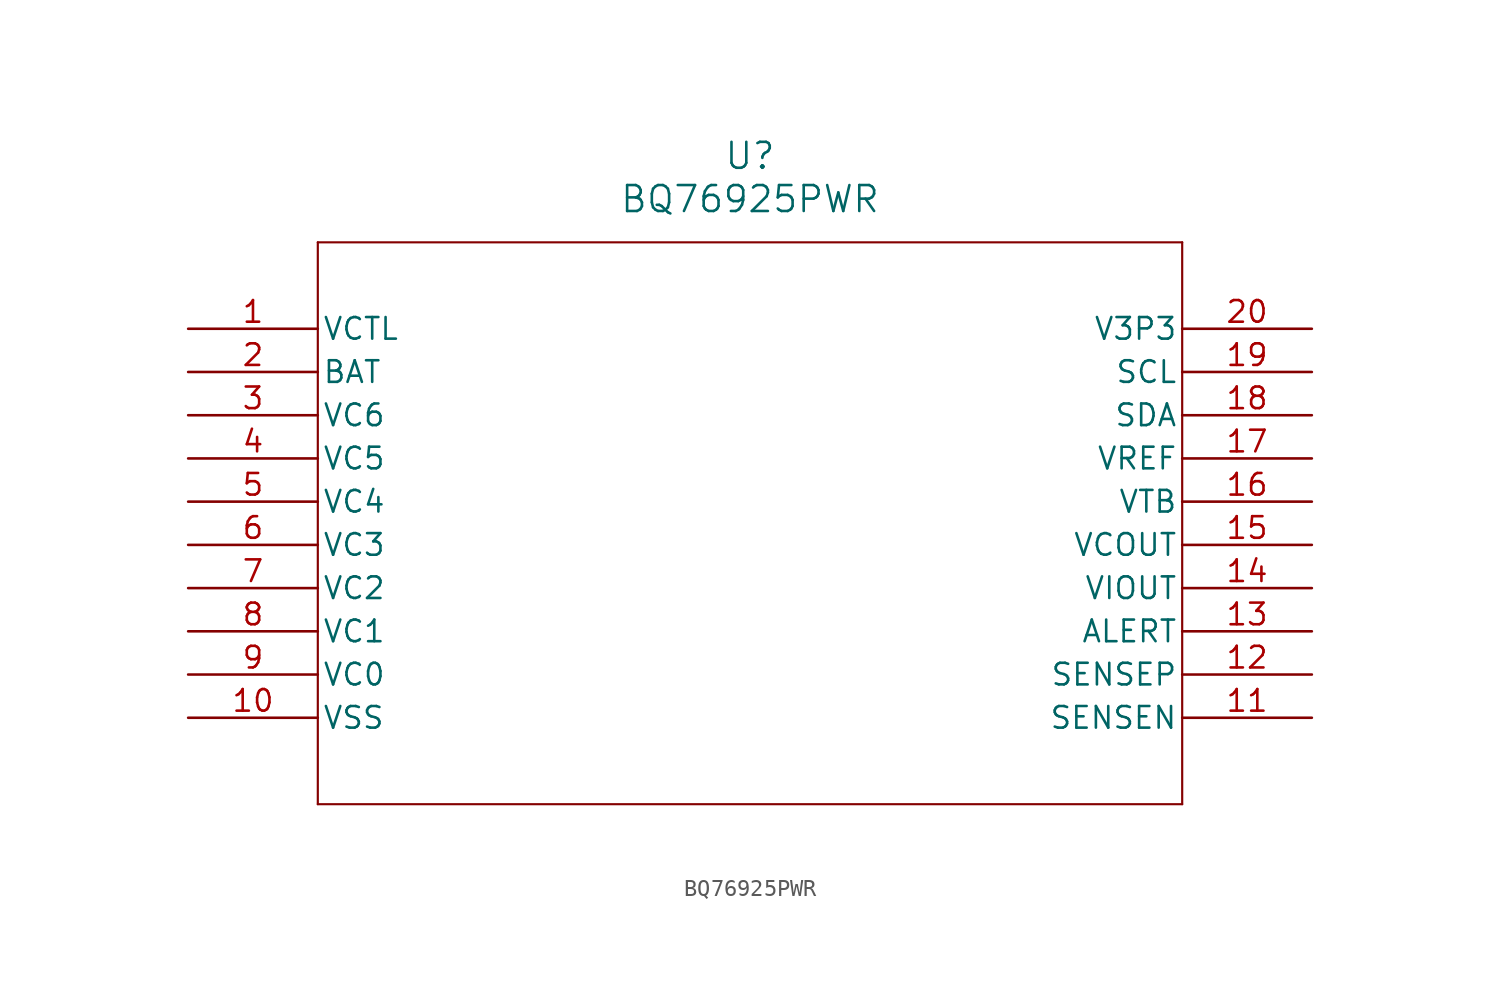
<source format=kicad_sym>
(kicad_symbol_lib
  (version 20211014)
  (generator kicad_symbol_editor)
  (symbol "BQ76925PWR"
    (pin_names
      (offset 0.254))
    (property "Reference" "U"
      (at 33.02 10.16 0)
      (effects (font (size 1.524 1.524))))
    (property "Value" "BQ76925PWR"
      (at 33.02 7.62 0)
      (effects (font (size 1.524 1.524))))
    (symbol "BQ76925PWR_0_1"
      (polyline (pts (xy 7.62 5.08) (xy 7.62 -27.94)) (stroke (width 0.127) (type default) (color 0 0 0 0)) (fill (type none)))
      (polyline (pts (xy 7.62 -27.94) (xy 58.42 -27.94)) (stroke (width 0.127) (type default) (color 0 0 0 0)) (fill (type none)))
      (polyline (pts (xy 58.42 -27.94) (xy 58.42 5.08)) (stroke (width 0.127) (type default) (color 0 0 0 0)) (fill (type none)))
      (polyline (pts (xy 58.42 5.08) (xy 7.62 5.08)) (stroke (width 0.127) (type default) (color 0 0 0 0)) (fill (type none)))
      (pin output line (at 0 0 0) (length 7.62) (name "VCTL" (effects (font (size 1.27 1.27)))) (number "1" (effects (font (size 1.27 1.27)))))
      (pin power_in line (at 0 -2.54 0) (length 7.62) (name "BAT" (effects (font (size 1.27 1.27)))) (number "2" (effects (font (size 1.27 1.27)))))
      (pin input line (at 0 -5.08 0) (length 7.62) (name "VC6" (effects (font (size 1.27 1.27)))) (number "3" (effects (font (size 1.27 1.27)))))
      (pin input line (at 0 -7.62 0) (length 7.62) (name "VC5" (effects (font (size 1.27 1.27)))) (number "4" (effects (font (size 1.27 1.27)))))
      (pin input line (at 0 -10.16 0) (length 7.62) (name "VC4" (effects (font (size 1.27 1.27)))) (number "5" (effects (font (size 1.27 1.27)))))
      (pin input line (at 0 -12.7 0) (length 7.62) (name "VC3" (effects (font (size 1.27 1.27)))) (number "6" (effects (font (size 1.27 1.27)))))
      (pin input line (at 0 -15.24 0) (length 7.62) (name "VC2" (effects (font (size 1.27 1.27)))) (number "7" (effects (font (size 1.27 1.27)))))
      (pin input line (at 0 -17.78 0) (length 7.62) (name "VC1" (effects (font (size 1.27 1.27)))) (number "8" (effects (font (size 1.27 1.27)))))
      (pin input line (at 0 -20.32 0) (length 7.62) (name "VC0" (effects (font (size 1.27 1.27)))) (number "9" (effects (font (size 1.27 1.27)))))
      (pin power_in line (at 0 -22.86 0) (length 7.62) (name "VSS" (effects (font (size 1.27 1.27)))) (number "10" (effects (font (size 1.27 1.27)))))
      (pin input line (at 66.04 -22.86 180) (length 7.62) (name "SENSEN" (effects (font (size 1.27 1.27)))) (number "11" (effects (font (size 1.27 1.27)))))
      (pin input line (at 66.04 -20.32 180) (length 7.62) (name "SENSEP" (effects (font (size 1.27 1.27)))) (number "12" (effects (font (size 1.27 1.27)))))
      (pin output line (at 66.04 -17.78 180) (length 7.62) (name "ALERT" (effects (font (size 1.27 1.27)))) (number "13" (effects (font (size 1.27 1.27)))))
      (pin output line (at 66.04 -15.24 180) (length 7.62) (name "VIOUT" (effects (font (size 1.27 1.27)))) (number "14" (effects (font (size 1.27 1.27)))))
      (pin output line (at 66.04 -12.7 180) (length 7.62) (name "VCOUT" (effects (font (size 1.27 1.27)))) (number "15" (effects (font (size 1.27 1.27)))))
      (pin output line (at 66.04 -10.16 180) (length 7.62) (name "VTB" (effects (font (size 1.27 1.27)))) (number "16" (effects (font (size 1.27 1.27)))))
      (pin output line (at 66.04 -7.62 180) (length 7.62) (name "VREF" (effects (font (size 1.27 1.27)))) (number "17" (effects (font (size 1.27 1.27)))))
      (pin bidirectional line (at 66.04 -5.08 180) (length 7.62) (name "SDA" (effects (font (size 1.27 1.27)))) (number "18" (effects (font (size 1.27 1.27)))))
      (pin input line (at 66.04 -2.54 180) (length 7.62) (name "SCL" (effects (font (size 1.27 1.27)))) (number "19" (effects (font (size 1.27 1.27)))))
      (pin output line (at 66.04 0 180) (length 7.62) (name "V3P3" (effects (font (size 1.27 1.27)))) (number "20" (effects (font (size 1.27 1.27))))))))
</source>
